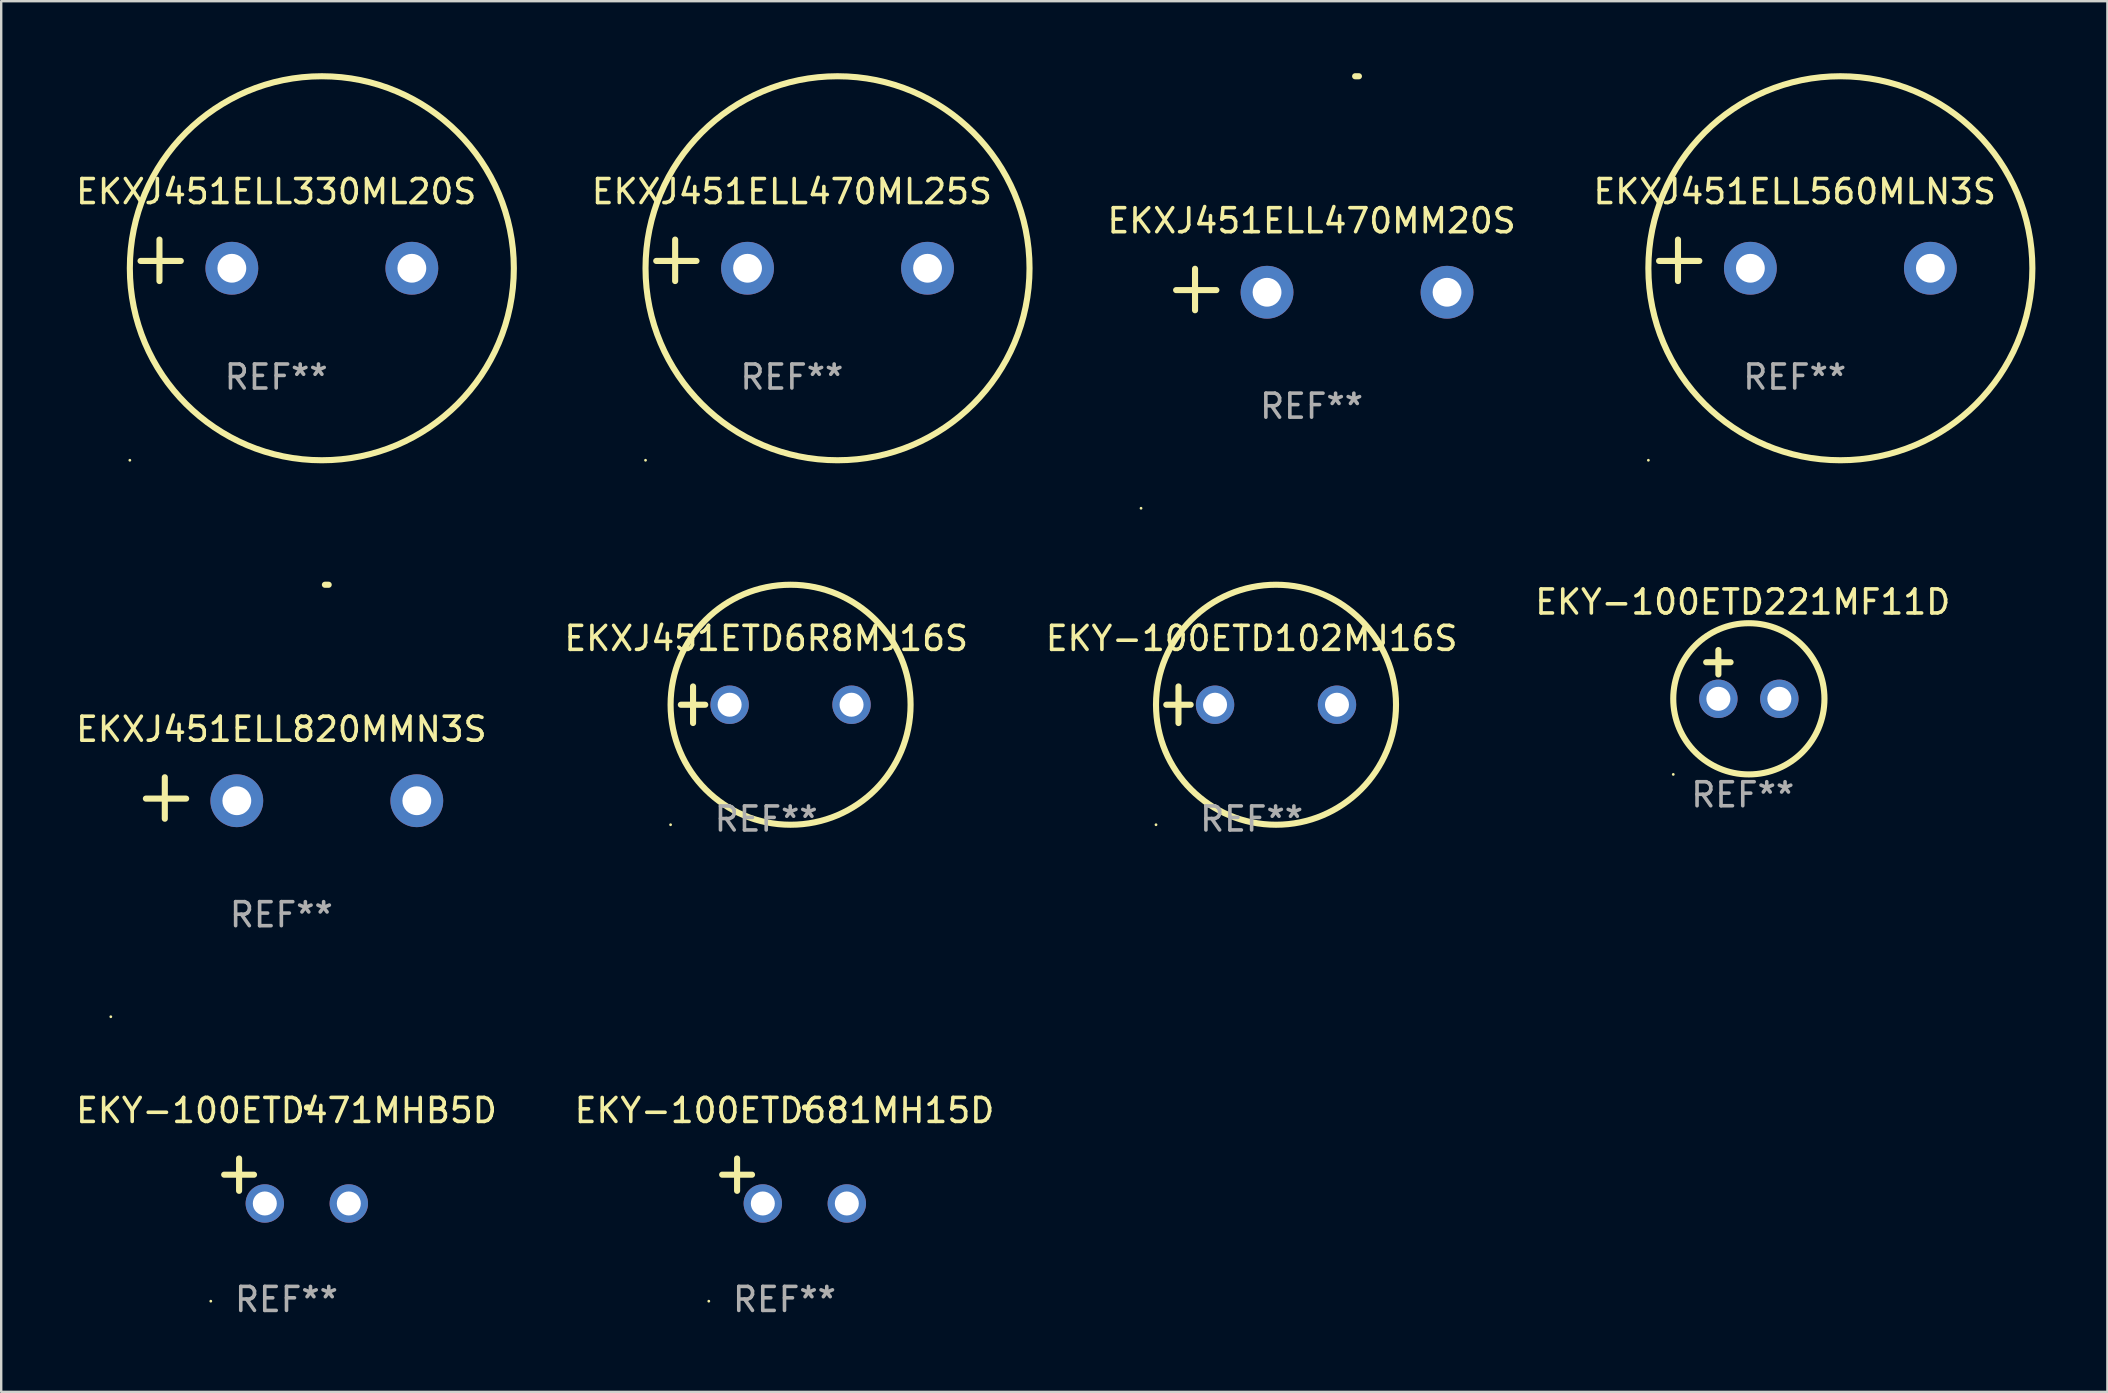
<source format=kicad_pcb>
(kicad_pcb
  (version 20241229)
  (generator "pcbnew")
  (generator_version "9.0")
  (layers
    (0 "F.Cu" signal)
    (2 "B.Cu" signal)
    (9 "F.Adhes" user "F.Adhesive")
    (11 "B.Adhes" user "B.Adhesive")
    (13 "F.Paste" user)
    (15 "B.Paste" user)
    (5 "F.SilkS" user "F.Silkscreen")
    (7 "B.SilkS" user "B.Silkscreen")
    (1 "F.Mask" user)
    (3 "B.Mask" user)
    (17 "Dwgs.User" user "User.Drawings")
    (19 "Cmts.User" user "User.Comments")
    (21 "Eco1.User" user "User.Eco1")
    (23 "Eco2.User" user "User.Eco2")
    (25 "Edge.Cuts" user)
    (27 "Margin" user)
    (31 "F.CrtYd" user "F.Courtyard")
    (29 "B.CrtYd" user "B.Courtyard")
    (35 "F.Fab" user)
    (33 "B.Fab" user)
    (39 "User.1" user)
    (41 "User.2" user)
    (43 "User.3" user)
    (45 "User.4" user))
  (footprint "EKY-100ETD471MHB5D"
    (layer "F.Cu")
    (at 8.887 46.158)
    (property "Reference" "EKY-100ETD471MHB5D" (at 0 -2.937 0) (layer "F.SilkS") (effects (font (size 1 1) (thickness 0.15))))
    (attr through_hole)
    (fp_line (start -1.975 0.41) (end -1.975 -0.937) (stroke (width 0.254) (type solid)) (layer "F.SilkS"))
    (fp_line (start -1.353 -0.263) (end -2.597 -0.263) (stroke (width 0.254) (type solid)) (layer "F.SilkS"))
    (fp_arc (start 0.849809 -3.063957) (mid 0.885369 -3.064114) (end 0.920929 -3.063957) (stroke (width 0.254001) (type solid)) (layer "F.SilkS"))
    (fp_circle (center -3.154 5.008) (end -3.124 5.008) (stroke (width 0.06) (type solid)) (fill no) (layer "F.SilkS"))
    (fp_text user "REF**" (at 0 4.937 0) (layer "F.Fab") (effects (font (size 1 1) (thickness 0.15))))
    (pad "1" thru_hole circle (at -0.903 0.937) (size 1.6 1.6) (drill 1) (layers "*.Cu" "*.Mask"))
    (pad "2" thru_hole circle (at 2.597 0.937) (size 1.6 1.6) (drill 1) (layers "*.Cu" "*.Mask")))
  (footprint "EKY-100ETD102MJ16S"
    (layer "F.Cu")
    (at 49.101 26.314)
    (property "Reference" "EKY-100ETD102MJ16S" (at 0 -2.762 0) (layer "F.SilkS") (effects (font (size 1 1) (thickness 0.15))))
    (attr through_hole)
    (fp_line (start -3.556 0) (end -2.54 0) (stroke (width 0.254) (type solid)) (layer "F.SilkS"))
    (fp_line (start -3.048 -0.762) (end -3.048 0.762) (stroke (width 0.254) (type solid)) (layer "F.SilkS"))
    (fp_circle (center -3.984 5) (end -3.954 5) (stroke (width 0.06) (type solid)) (fill no) (layer "F.SilkS"))
    (fp_circle (center 1.016 0) (end 6.016 0) (stroke (width 0.254) (type solid)) (fill no) (layer "F.SilkS"))
    (fp_text user "REF**" (at 0 4.762 0) (layer "F.Fab") (effects (font (size 1 1) (thickness 0.15))))
    (pad "1" thru_hole circle (at -1.524 0) (size 1.6 1.6) (drill 1) (layers "*.Cu" "*.Mask"))
    (pad "2" thru_hole circle (at 3.556 0) (size 1.6 1.6) (drill 1) (layers "*.Cu" "*.Mask")))
  (footprint "EKXJ451ELL470MM20S"
    (layer "F.Cu")
    (at 51.599 9.013)
    (property "Reference" "EKXJ451ELL470MM20S" (at 0 -2.864 0) (layer "F.SilkS") (effects (font (size 1 1) (thickness 0.15))))
    (attr through_hole)
    (fp_line (start -4.856 0.864) (end -4.856 -0.864) (stroke (width 0.254) (type solid)) (layer "F.SilkS"))
    (fp_line (start -3.967 0.025) (end -5.644 0.025) (stroke (width 0.254) (type solid)) (layer "F.SilkS"))
    (fp_arc (start 1.815024 -8.885649) (mid 1.893764 -8.88599) (end 1.972504 -8.885649) (stroke (width 0.254001) (type solid)) (layer "F.SilkS"))
    (fp_circle (center -7.106 9.114) (end -7.076 9.114) (stroke (width 0.06) (type solid)) (fill no) (layer "F.SilkS"))
    (fp_text user "REF**" (at 0 4.864 0) (layer "F.Fab") (effects (font (size 1 1) (thickness 0.15))))
    (pad "1" thru_hole circle (at -1.856 0.114) (size 2.2 2.2) (drill 1.2) (layers "*.Cu" "*.Mask"))
    (pad "2" thru_hole circle (at 5.644 0.114) (size 2.2 2.2) (drill 1.2) (layers "*.Cu" "*.Mask")))
  (footprint "EKXJ451ELL820MMN3S"
    (layer "F.Cu")
    (at 8.673 30.2)
    (property "Reference" "EKXJ451ELL820MMN3S" (at 0 -2.864 0) (layer "F.SilkS") (effects (font (size 1 1) (thickness 0.15))))
    (attr through_hole)
    (fp_line (start -4.856 0.864) (end -4.856 -0.864) (stroke (width 0.254) (type solid)) (layer "F.SilkS"))
    (fp_line (start -3.967 0.025) (end -5.644 0.025) (stroke (width 0.254) (type solid)) (layer "F.SilkS"))
    (fp_arc (start 1.815024 -8.885649) (mid 1.893764 -8.88599) (end 1.972504 -8.885649) (stroke (width 0.254001) (type solid)) (layer "F.SilkS"))
    (fp_circle (center -7.106 9.114) (end -7.076 9.114) (stroke (width 0.06) (type solid)) (fill no) (layer "F.SilkS"))
    (fp_text user "REF**" (at 0 4.864 0) (layer "F.Fab") (effects (font (size 1 1) (thickness 0.15))))
    (pad "1" thru_hole circle (at -1.856 0.114) (size 2.2 2.2) (drill 1.2) (layers "*.Cu" "*.Mask"))
    (pad "2" thru_hole circle (at 5.644 0.114) (size 2.2 2.2) (drill 1.2) (layers "*.Cu" "*.Mask")))
  (footprint "EKXJ451ETD6R8MJ16S"
    (layer "F.Cu")
    (at 28.875 26.314)
    (property "Reference" "EKXJ451ETD6R8MJ16S" (at 0 -2.762 0) (layer "F.SilkS") (effects (font (size 1 1) (thickness 0.15))))
    (attr through_hole)
    (fp_line (start -3.556 0) (end -2.54 0) (stroke (width 0.254) (type solid)) (layer "F.SilkS"))
    (fp_line (start -3.048 -0.762) (end -3.048 0.762) (stroke (width 0.254) (type solid)) (layer "F.SilkS"))
    (fp_circle (center -3.984 5) (end -3.954 5) (stroke (width 0.06) (type solid)) (fill no) (layer "F.SilkS"))
    (fp_circle (center 1.016 0) (end 6.016 0) (stroke (width 0.254) (type solid)) (fill no) (layer "F.SilkS"))
    (fp_text user "REF**" (at 0 4.762 0) (layer "F.Fab") (effects (font (size 1 1) (thickness 0.15))))
    (pad "1" thru_hole circle (at -1.524 0) (size 1.6 1.6) (drill 1) (layers "*.Cu" "*.Mask"))
    (pad "2" thru_hole circle (at 3.556 0) (size 1.6 1.6) (drill 1) (layers "*.Cu" "*.Mask")))
  (footprint "EKXJ451ELL560MLN3S"
    (layer "F.Cu")
    (at 71.73 7.797)
    (property "Reference" "EKXJ451ELL560MLN3S" (at 0 -2.864 0) (layer "F.SilkS") (effects (font (size 1 1) (thickness 0.15))))
    (attr through_hole)
    (fp_line (start -4.864 0.864) (end -4.864 -0.864) (stroke (width 0.254) (type solid)) (layer "F.SilkS"))
    (fp_line (start -3.975 0.025) (end -5.652 0.025) (stroke (width 0.254) (type solid)) (layer "F.SilkS"))
    (fp_circle (center -6.098 8.33) (end -6.068 8.33) (stroke (width 0.06) (type solid)) (fill no) (layer "F.SilkS"))
    (fp_circle (center 1.902 0.33) (end 9.902 0.33) (stroke (width 0.254) (type solid)) (fill no) (layer "F.SilkS"))
    (fp_text user "REF**" (at 0 4.864 0) (layer "F.Fab") (effects (font (size 1 1) (thickness 0.15))))
    (pad "1" thru_hole circle (at -1.848 0.33) (size 2.2 2.2) (drill 1.2) (layers "*.Cu" "*.Mask"))
    (pad "2" thru_hole circle (at 5.652 0.33) (size 2.2 2.2) (drill 1.2) (layers "*.Cu" "*.Mask")))
  (footprint "EKY-100ETD221MF11D"
    (layer "F.Cu")
    (at 69.565 25.051)
    (property "Reference" "EKY-100ETD221MF11D" (at 0 -3.016 0) (layer "F.SilkS") (effects (font (size 1 1) (thickness 0.15))))
    (attr through_hole)
    (fp_line (start -1.524 -0.508) (end -0.508 -0.508) (stroke (width 0.254) (type solid)) (layer "F.SilkS"))
    (fp_line (start -1.016 -1.016) (end -1.016 0) (stroke (width 0.254) (type solid)) (layer "F.SilkS"))
    (fp_circle (center -2.896 4.166) (end -2.866 4.166) (stroke (width 0.06) (type solid)) (fill no) (layer "F.SilkS"))
    (fp_circle (center 0.254 1.016) (end 3.404 1.016) (stroke (width 0.254) (type solid)) (fill no) (layer "F.SilkS"))
    (fp_text user "REF**" (at 0 5.016 0) (layer "F.Fab") (effects (font (size 1 1) (thickness 0.15))))
    (pad "1" thru_hole circle (at -1.016 1.016) (size 1.6 1.6) (drill 1) (layers "*.Cu" "*.Mask"))
    (pad "2" thru_hole circle (at 1.524 1.016) (size 1.6 1.6) (drill 1) (layers "*.Cu" "*.Mask")))
  (footprint "EKY-100ETD681MH15D"
    (layer "F.Cu")
    (at 29.637 46.158)
    (property "Reference" "EKY-100ETD681MH15D" (at 0 -2.937 0) (layer "F.SilkS") (effects (font (size 1 1) (thickness 0.15))))
    (attr through_hole)
    (fp_line (start -1.975 0.41) (end -1.975 -0.937) (stroke (width 0.254) (type solid)) (layer "F.SilkS"))
    (fp_line (start -1.353 -0.263) (end -2.597 -0.263) (stroke (width 0.254) (type solid)) (layer "F.SilkS"))
    (fp_arc (start 0.849809 -3.063957) (mid 0.885369 -3.064114) (end 0.920929 -3.063957) (stroke (width 0.254001) (type solid)) (layer "F.SilkS"))
    (fp_circle (center -3.154 5.008) (end -3.124 5.008) (stroke (width 0.06) (type solid)) (fill no) (layer "F.SilkS"))
    (fp_text user "REF**" (at 0 4.937 0) (layer "F.Fab") (effects (font (size 1 1) (thickness 0.15))))
    (pad "1" thru_hole circle (at -0.903 0.937) (size 1.6 1.6) (drill 1) (layers "*.Cu" "*.Mask"))
    (pad "2" thru_hole circle (at 2.597 0.937) (size 1.6 1.6) (drill 1) (layers "*.Cu" "*.Mask")))
  (footprint "EKXJ451ELL330ML20S"
    (layer "F.Cu")
    (at 8.458 7.797)
    (property "Reference" "EKXJ451ELL330ML20S" (at 0 -2.864 0) (layer "F.SilkS") (effects (font (size 1 1) (thickness 0.15))))
    (attr through_hole)
    (fp_line (start -4.864 0.864) (end -4.864 -0.864) (stroke (width 0.254) (type solid)) (layer "F.SilkS"))
    (fp_line (start -3.975 0.025) (end -5.652 0.025) (stroke (width 0.254) (type solid)) (layer "F.SilkS"))
    (fp_circle (center -6.098 8.33) (end -6.068 8.33) (stroke (width 0.06) (type solid)) (fill no) (layer "F.SilkS"))
    (fp_circle (center 1.902 0.33) (end 9.902 0.33) (stroke (width 0.254) (type solid)) (fill no) (layer "F.SilkS"))
    (fp_text user "REF**" (at 0 4.864 0) (layer "F.Fab") (effects (font (size 1 1) (thickness 0.15))))
    (pad "1" thru_hole circle (at -1.848 0.33) (size 2.2 2.2) (drill 1.2) (layers "*.Cu" "*.Mask"))
    (pad "2" thru_hole circle (at 5.652 0.33) (size 2.2 2.2) (drill 1.2) (layers "*.Cu" "*.Mask")))
  (footprint "EKXJ451ELL470ML25S"
    (layer "F.Cu")
    (at 29.945 7.797)
    (property "Reference" "EKXJ451ELL470ML25S" (at 0 -2.864 0) (layer "F.SilkS") (effects (font (size 1 1) (thickness 0.15))))
    (attr through_hole)
    (fp_line (start -4.864 0.864) (end -4.864 -0.864) (stroke (width 0.254) (type solid)) (layer "F.SilkS"))
    (fp_line (start -3.975 0.025) (end -5.652 0.025) (stroke (width 0.254) (type solid)) (layer "F.SilkS"))
    (fp_circle (center -6.098 8.33) (end -6.068 8.33) (stroke (width 0.06) (type solid)) (fill no) (layer "F.SilkS"))
    (fp_circle (center 1.902 0.33) (end 9.902 0.33) (stroke (width 0.254) (type solid)) (fill no) (layer "F.SilkS"))
    (fp_text user "REF**" (at 0 4.864 0) (layer "F.Fab") (effects (font (size 1 1) (thickness 0.15))))
    (pad "1" thru_hole circle (at -1.848 0.33) (size 2.2 2.2) (drill 1.2) (layers "*.Cu" "*.Mask"))
    (pad "2" thru_hole circle (at 5.652 0.33) (size 2.2 2.2) (drill 1.2) (layers "*.Cu" "*.Mask")))
  (gr_rect
    (start -3 -3)
    (end 84.758 54.943)
    (stroke (width 0.1) (type default))
    (fill no)
    (layer "Edge.Cuts")))
</source>
